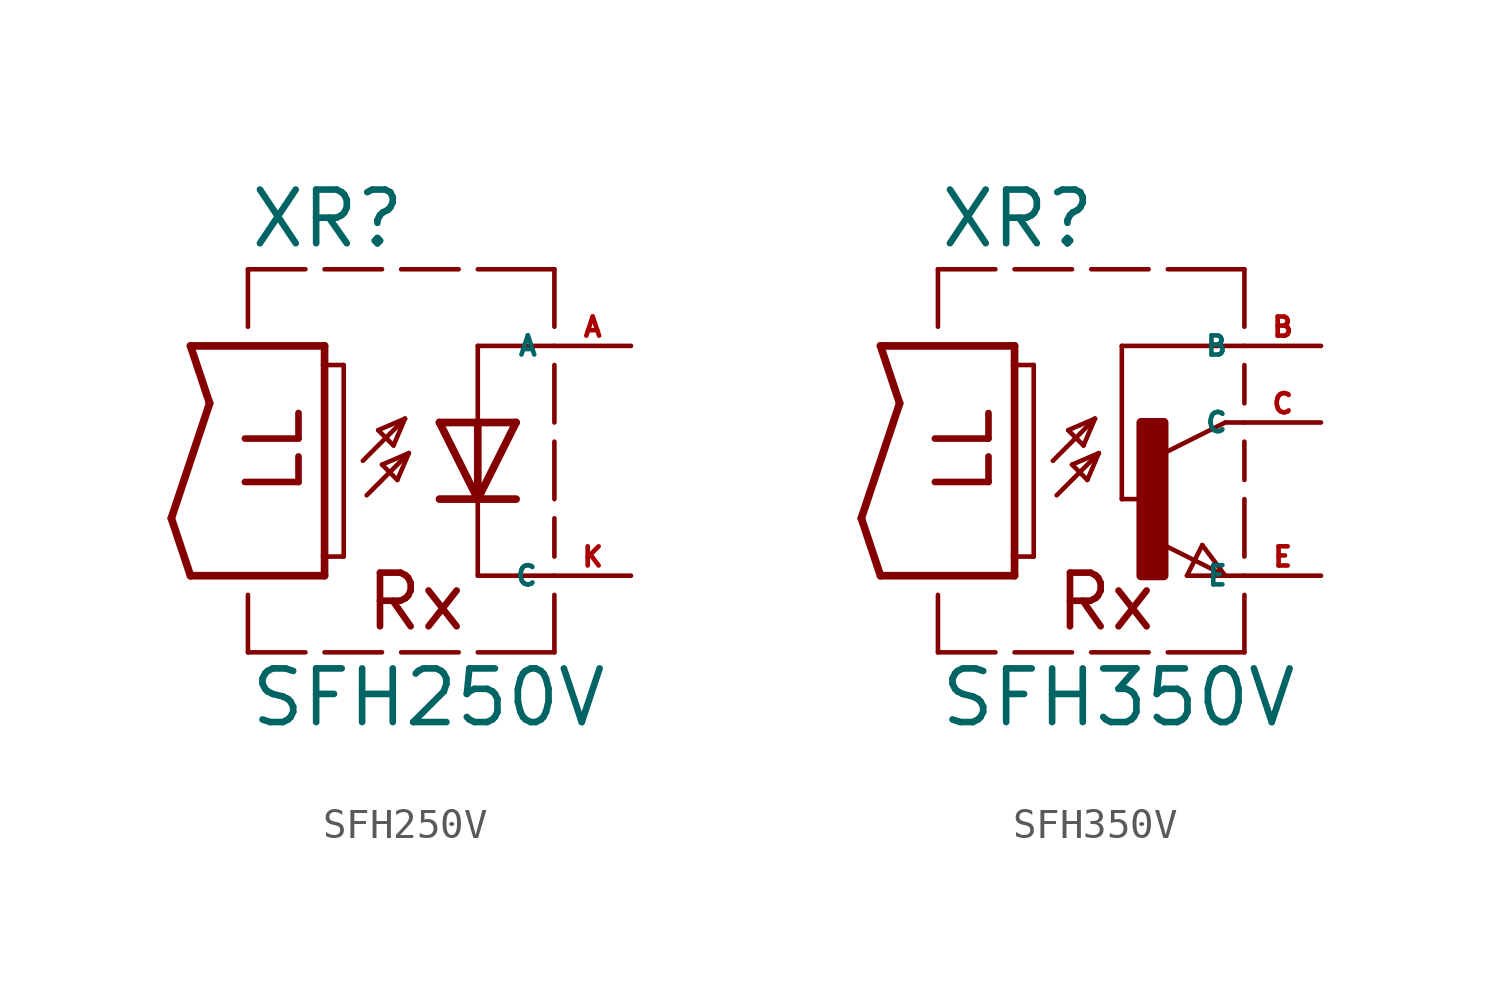
<source format=kicad_sym>
(kicad_symbol_lib
  (version 20220914)
  (generator Eagle2Kicad)
  (symbol "SFH250V"
    (property "Reference" "XR"
      (at -7.62 8.255 0)
      (effects (font (size 1.778 1.778) (thickness 0.22)) (justify left bottom)))
    (property "Value" "SFH250V"
      (at -7.62 -7.62 0)
      (effects (font (size 1.778 1.778) (thickness 0.22)) (justify left bottom)))
    (polyline
      (pts (xy 1.27 2.54) (xy 0 0))
      (stroke (width 0.254) (type default))
      (fill (type none)))
    (polyline
      (pts (xy 0 0) (xy -1.27 2.54))
      (stroke (width 0.254) (type default))
      (fill (type none)))
    (polyline
      (pts (xy 1.27 0) (xy 0 0))
      (stroke (width 0.254) (type default))
      (fill (type none)))
    (polyline
      (pts (xy 0 0) (xy -1.27 0))
      (stroke (width 0.254) (type default))
      (fill (type none)))
    (polyline
      (pts (xy 1.27 2.54) (xy 0 2.54))
      (stroke (width 0.254) (type default))
      (fill (type none)))
    (polyline
      (pts (xy 0 5.08) (xy 0 2.54))
      (stroke (width 0.152) (type default))
      (fill (type none)))
    (polyline
      (pts (xy 0 2.54) (xy -1.27 2.54))
      (stroke (width 0.254) (type default))
      (fill (type none)))
    (polyline
      (pts (xy 0 2.54) (xy 0 0))
      (stroke (width 0.254) (type default))
      (fill (type none)))
    (polyline
      (pts (xy -3.683 0.127) (xy -2.286 1.524))
      (stroke (width 0.152) (type default))
      (fill (type none)))
    (polyline
      (pts (xy -2.286 1.524) (xy -3.175 1.143))
      (stroke (width 0.152) (type default))
      (fill (type none)))
    (polyline
      (pts (xy -3.175 1.143) (xy -2.667 0.635))
      (stroke (width 0.152) (type default))
      (fill (type none)))
    (polyline
      (pts (xy -2.667 0.635) (xy -2.286 1.524))
      (stroke (width 0.152) (type default))
      (fill (type none)))
    (polyline
      (pts (xy -2.413 2.667) (xy -3.302 2.286))
      (stroke (width 0.152) (type default))
      (fill (type none)))
    (polyline
      (pts (xy -3.302 2.286) (xy -2.794 1.778))
      (stroke (width 0.152) (type default))
      (fill (type none)))
    (polyline
      (pts (xy -2.794 1.778) (xy -2.413 2.667))
      (stroke (width 0.152) (type default))
      (fill (type none)))
    (polyline
      (pts (xy -3.81 1.27) (xy -2.413 2.667))
      (stroke (width 0.152) (type default))
      (fill (type none)))
    (polyline
      (pts (xy -9.525 5.08) (xy -5.08 5.08))
      (stroke (width 0.254) (type default))
      (fill (type none)))
    (polyline
      (pts (xy -5.08 5.08) (xy -5.08 4.445))
      (stroke (width 0.254) (type default))
      (fill (type none)))
    (polyline
      (pts (xy -5.08 -2.54) (xy -9.525 -2.54))
      (stroke (width 0.254) (type default))
      (fill (type none)))
    (polyline
      (pts (xy -9.525 -2.54) (xy -10.16 -0.635))
      (stroke (width 0.254) (type default))
      (fill (type none)))
    (polyline
      (pts (xy -10.16 -0.635) (xy -8.89 3.175))
      (stroke (width 0.254) (type default))
      (fill (type none)))
    (polyline
      (pts (xy -8.89 3.175) (xy -9.525 5.08))
      (stroke (width 0.254) (type default))
      (fill (type none)))
    (polyline
      (pts (xy 0 0) (xy 0 -2.54))
      (stroke (width 0.152) (type default))
      (fill (type none)))
    (polyline
      (pts (xy 0 5.08) (xy 2.54 5.08))
      (stroke (width 0.152) (type default))
      (fill (type none)))
    (polyline
      (pts (xy -5.08 4.445) (xy -4.445 4.445))
      (stroke (width 0.152) (type default))
      (fill (type none)))
    (polyline
      (pts (xy -5.08 4.445) (xy -5.08 -1.905))
      (stroke (width 0.254) (type default))
      (fill (type none)))
    (polyline
      (pts (xy -4.445 4.445) (xy -4.445 -1.905))
      (stroke (width 0.152) (type default))
      (fill (type none)))
    (polyline
      (pts (xy -4.445 -1.905) (xy -5.08 -1.905))
      (stroke (width 0.152) (type default))
      (fill (type none)))
    (polyline
      (pts (xy -5.08 -1.905) (xy -5.08 -2.54))
      (stroke (width 0.254) (type default))
      (fill (type none)))
    (polyline
      (pts (xy -7.62 5.715) (xy -7.62 7.62))
      (stroke (width 0.152) (type default))
      (fill (type none)))
    (polyline
      (pts (xy -7.62 7.62) (xy -5.715 7.62))
      (stroke (width 0.152) (type default))
      (fill (type none)))
    (polyline
      (pts (xy -5.08 7.62) (xy -3.175 7.62))
      (stroke (width 0.152) (type default))
      (fill (type none)))
    (polyline
      (pts (xy -2.54 7.62) (xy -0.635 7.62))
      (stroke (width 0.152) (type default))
      (fill (type none)))
    (polyline
      (pts (xy 0 7.62) (xy 2.54 7.62))
      (stroke (width 0.152) (type default))
      (fill (type none)))
    (polyline
      (pts (xy -7.62 -3.175) (xy -7.62 -5.08))
      (stroke (width 0.152) (type default))
      (fill (type none)))
    (polyline
      (pts (xy -7.62 -5.08) (xy -5.715 -5.08))
      (stroke (width 0.152) (type default))
      (fill (type none)))
    (polyline
      (pts (xy -5.08 -5.08) (xy -3.175 -5.08))
      (stroke (width 0.152) (type default))
      (fill (type none)))
    (polyline
      (pts (xy -2.54 -5.08) (xy -0.635 -5.08))
      (stroke (width 0.152) (type default))
      (fill (type none)))
    (polyline
      (pts (xy 0 -5.08) (xy 2.54 -5.08))
      (stroke (width 0.152) (type default))
      (fill (type none)))
    (polyline
      (pts (xy 2.54 5.715) (xy 2.54 7.62))
      (stroke (width 0.152) (type default))
      (fill (type none)))
    (polyline
      (pts (xy 2.54 2.54) (xy 2.54 4.445))
      (stroke (width 0.152) (type default))
      (fill (type none)))
    (polyline
      (pts (xy 2.54 0) (xy 2.54 1.905))
      (stroke (width 0.152) (type default))
      (fill (type none)))
    (polyline
      (pts (xy 2.54 -1.905) (xy 2.54 -0.635))
      (stroke (width 0.152) (type default))
      (fill (type none)))
    (polyline
      (pts (xy 2.54 -5.08) (xy 2.54 -3.175))
      (stroke (width 0.152) (type default))
      (fill (type none)))
    (polyline
      (pts (xy 2.54 -2.54) (xy 0 -2.54))
      (stroke (width 0.152) (type default))
      (fill (type none)))
    (text "LL"
      (at -5.715 0 900)
      (effects (font (size 1.778 1.778) (thickness 0.22)) (justify left bottom)))
    (text "Rx"
      (at -3.81 -4.445 0)
      (effects (font (size 1.778 1.778) (thickness 0.22)) (justify left bottom)))
    (pin passive line
      (at 5.08 5.08 180)
      (length 2.54)
      (name "A" (effects (font (size 0.635 0.635) (thickness 0.08)) (justify left bottom)))
      (number "A" (effects (font (size 0.635 0.635) (thickness 0.08)) (justify left bottom))))
    (pin passive line
      (at 5.08 -2.54 180)
      (length 2.54)
      (name "C" (effects (font (size 0.635 0.635) (thickness 0.08)) (justify left bottom)))
      (number "K" (effects (font (size 0.635 0.635) (thickness 0.08)) (justify left bottom)))))
  (symbol "SFH350V"
    (property "Reference" "XR"
      (at -7.62 8.255 0)
      (effects (font (size 1.778 1.778) (thickness 0.22)) (justify left bottom)))
    (property "Value" "SFH350V"
      (at -7.62 -7.62 0)
      (effects (font (size 1.778 1.778) (thickness 0.22)) (justify left bottom)))
    (polyline
      (pts (xy -3.683 0.127) (xy -2.286 1.524))
      (stroke (width 0.152) (type default))
      (fill (type none)))
    (polyline
      (pts (xy -2.286 1.524) (xy -3.175 1.143))
      (stroke (width 0.152) (type default))
      (fill (type none)))
    (polyline
      (pts (xy -3.175 1.143) (xy -2.667 0.635))
      (stroke (width 0.152) (type default))
      (fill (type none)))
    (polyline
      (pts (xy -2.667 0.635) (xy -2.286 1.524))
      (stroke (width 0.152) (type default))
      (fill (type none)))
    (polyline
      (pts (xy -2.413 2.667) (xy -3.302 2.286))
      (stroke (width 0.152) (type default))
      (fill (type none)))
    (polyline
      (pts (xy -3.302 2.286) (xy -2.794 1.778))
      (stroke (width 0.152) (type default))
      (fill (type none)))
    (polyline
      (pts (xy -2.794 1.778) (xy -2.413 2.667))
      (stroke (width 0.152) (type default))
      (fill (type none)))
    (polyline
      (pts (xy -3.81 1.27) (xy -2.413 2.667))
      (stroke (width 0.152) (type default))
      (fill (type none)))
    (polyline
      (pts (xy -9.525 5.08) (xy -5.08 5.08))
      (stroke (width 0.254) (type default))
      (fill (type none)))
    (polyline
      (pts (xy -5.08 5.08) (xy -5.08 4.445))
      (stroke (width 0.254) (type default))
      (fill (type none)))
    (polyline
      (pts (xy -5.08 -2.54) (xy -9.525 -2.54))
      (stroke (width 0.254) (type default))
      (fill (type none)))
    (polyline
      (pts (xy -9.525 -2.54) (xy -10.16 -0.635))
      (stroke (width 0.254) (type default))
      (fill (type none)))
    (polyline
      (pts (xy -10.16 -0.635) (xy -8.89 3.175))
      (stroke (width 0.254) (type default))
      (fill (type none)))
    (polyline
      (pts (xy -8.89 3.175) (xy -9.525 5.08))
      (stroke (width 0.254) (type default))
      (fill (type none)))
    (polyline
      (pts (xy -5.08 4.445) (xy -4.445 4.445))
      (stroke (width 0.152) (type default))
      (fill (type none)))
    (polyline
      (pts (xy -5.08 4.445) (xy -5.08 -1.905))
      (stroke (width 0.254) (type default))
      (fill (type none)))
    (polyline
      (pts (xy -4.445 4.445) (xy -4.445 -1.905))
      (stroke (width 0.152) (type default))
      (fill (type none)))
    (polyline
      (pts (xy -4.445 -1.905) (xy -5.08 -1.905))
      (stroke (width 0.152) (type default))
      (fill (type none)))
    (polyline
      (pts (xy -5.08 -1.905) (xy -5.08 -2.54))
      (stroke (width 0.254) (type default))
      (fill (type none)))
    (polyline
      (pts (xy -7.62 5.715) (xy -7.62 7.62))
      (stroke (width 0.152) (type default))
      (fill (type none)))
    (polyline
      (pts (xy -7.62 7.62) (xy -5.715 7.62))
      (stroke (width 0.152) (type default))
      (fill (type none)))
    (polyline
      (pts (xy -5.08 7.62) (xy -3.175 7.62))
      (stroke (width 0.152) (type default))
      (fill (type none)))
    (polyline
      (pts (xy -2.54 7.62) (xy -0.635 7.62))
      (stroke (width 0.152) (type default))
      (fill (type none)))
    (polyline
      (pts (xy 0 7.62) (xy 2.54 7.62))
      (stroke (width 0.152) (type default))
      (fill (type none)))
    (polyline
      (pts (xy -7.62 -3.175) (xy -7.62 -5.08))
      (stroke (width 0.152) (type default))
      (fill (type none)))
    (polyline
      (pts (xy -7.62 -5.08) (xy -5.715 -5.08))
      (stroke (width 0.152) (type default))
      (fill (type none)))
    (polyline
      (pts (xy -5.08 -5.08) (xy -3.175 -5.08))
      (stroke (width 0.152) (type default))
      (fill (type none)))
    (polyline
      (pts (xy -2.54 -5.08) (xy -0.635 -5.08))
      (stroke (width 0.152) (type default))
      (fill (type none)))
    (polyline
      (pts (xy 0 -5.08) (xy 2.54 -5.08))
      (stroke (width 0.152) (type default))
      (fill (type none)))
    (polyline
      (pts (xy -1.524 0) (xy -1.524 5.08))
      (stroke (width 0.152) (type default))
      (fill (type none)))
    (polyline
      (pts (xy -1.524 5.08) (xy 2.54 5.08))
      (stroke (width 0.152) (type default))
      (fill (type none)))
    (polyline
      (pts (xy -1.524 0) (xy -0.889 0))
      (stroke (width 0.152) (type default))
      (fill (type none)))
    (polyline
      (pts (xy 1.143 -1.524) (xy 1.905 -2.54))
      (stroke (width 0.152) (type default))
      (fill (type none)))
    (polyline
      (pts (xy 1.905 -2.54) (xy 0.635 -2.54))
      (stroke (width 0.152) (type default))
      (fill (type none)))
    (polyline
      (pts (xy 0.635 -2.54) (xy 1.143 -1.524))
      (stroke (width 0.152) (type default))
      (fill (type none)))
    (polyline
      (pts (xy 1.905 2.54) (xy -0.127 1.524))
      (stroke (width 0.152) (type default))
      (fill (type none)))
    (polyline
      (pts (xy 1.905 -2.54) (xy -0.127 -1.524))
      (stroke (width 0.152) (type default))
      (fill (type none)))
    (polyline
      (pts (xy 2.54 -2.54) (xy 1.905 -2.54))
      (stroke (width 0.152) (type default))
      (fill (type none)))
    (polyline
      (pts (xy 1.905 2.54) (xy 2.54 2.54))
      (stroke (width 0.152) (type default))
      (fill (type none)))
    (polyline
      (pts (xy 2.54 -3.175) (xy 2.54 -5.08))
      (stroke (width 0.152) (type default))
      (fill (type none)))
    (polyline
      (pts (xy 2.54 0) (xy 2.54 -1.905))
      (stroke (width 0.152) (type default))
      (fill (type none)))
    (polyline
      (pts (xy 2.54 7.62) (xy 2.54 5.715))
      (stroke (width 0.152) (type default))
      (fill (type none)))
    (polyline
      (pts (xy 2.54 1.905) (xy 2.54 0.635))
      (stroke (width 0.152) (type default))
      (fill (type none)))
    (polyline
      (pts (xy 2.54 4.445) (xy 2.54 3.175))
      (stroke (width 0.152) (type default))
      (fill (type none)))
    (text "LL"
      (at -5.715 0 900)
      (effects (font (size 1.778 1.778) (thickness 0.22)) (justify left bottom)))
    (text "Rx"
      (at -3.81 -4.445 0)
      (effects (font (size 1.778 1.778) (thickness 0.22)) (justify left bottom)))
    (rectangle
      (start -0.889 -2.54)
      (end -0.127 2.54)
      (stroke (width 0.3) (type default))
      (fill (type outline)))
    (pin passive line
      (at 5.08 5.08 180)
      (length 2.54)
      (name "B" (effects (font (size 0.635 0.635) (thickness 0.08)) (justify left bottom)))
      (number "B" (effects (font (size 0.635 0.635) (thickness 0.08)) (justify left bottom))))
    (pin passive line
      (at 5.08 -2.54 180)
      (length 2.54)
      (name "E" (effects (font (size 0.635 0.635) (thickness 0.08)) (justify left bottom)))
      (number "E" (effects (font (size 0.635 0.635) (thickness 0.08)) (justify left bottom))))
    (pin passive line
      (at 5.08 2.54 180)
      (length 2.54)
      (name "C" (effects (font (size 0.635 0.635) (thickness 0.08)) (justify left bottom)))
      (number "C" (effects (font (size 0.635 0.635) (thickness 0.08)) (justify left bottom))))))
</source>
